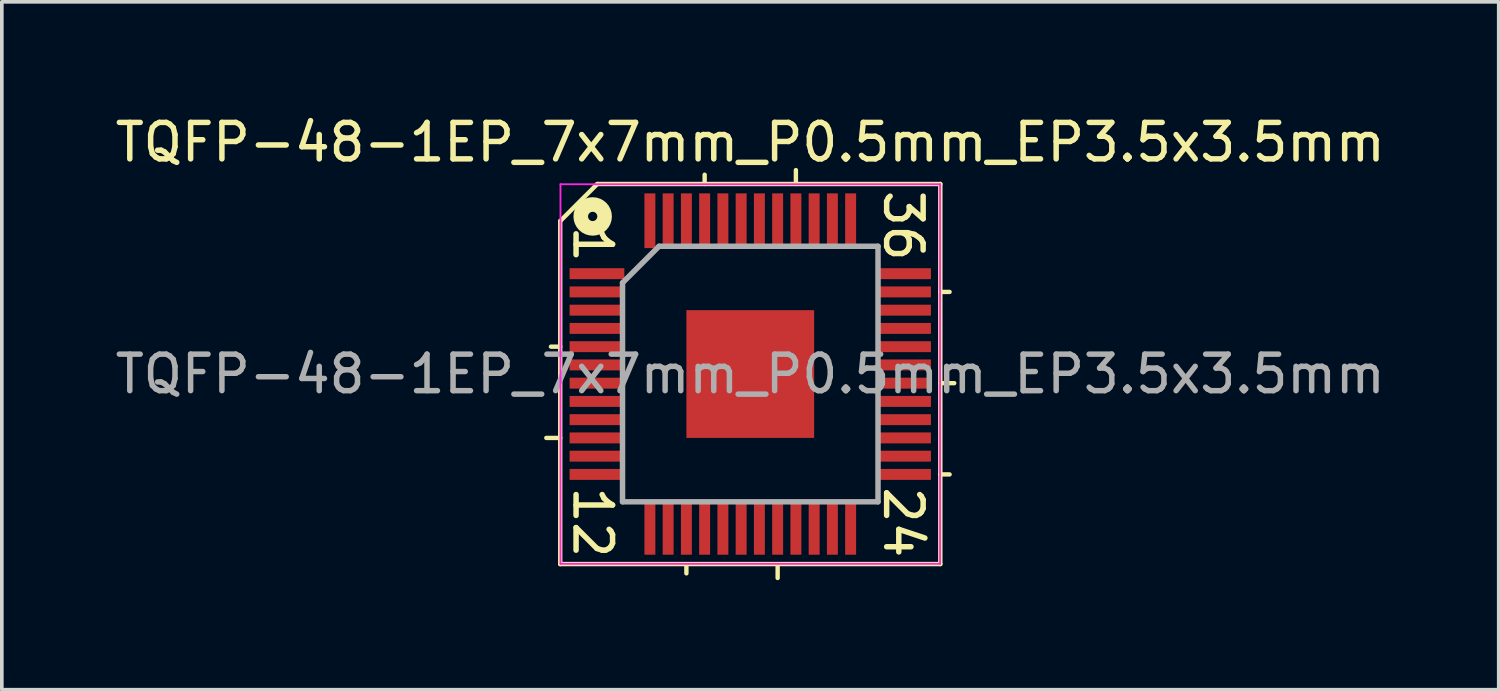
<source format=kicad_pcb>
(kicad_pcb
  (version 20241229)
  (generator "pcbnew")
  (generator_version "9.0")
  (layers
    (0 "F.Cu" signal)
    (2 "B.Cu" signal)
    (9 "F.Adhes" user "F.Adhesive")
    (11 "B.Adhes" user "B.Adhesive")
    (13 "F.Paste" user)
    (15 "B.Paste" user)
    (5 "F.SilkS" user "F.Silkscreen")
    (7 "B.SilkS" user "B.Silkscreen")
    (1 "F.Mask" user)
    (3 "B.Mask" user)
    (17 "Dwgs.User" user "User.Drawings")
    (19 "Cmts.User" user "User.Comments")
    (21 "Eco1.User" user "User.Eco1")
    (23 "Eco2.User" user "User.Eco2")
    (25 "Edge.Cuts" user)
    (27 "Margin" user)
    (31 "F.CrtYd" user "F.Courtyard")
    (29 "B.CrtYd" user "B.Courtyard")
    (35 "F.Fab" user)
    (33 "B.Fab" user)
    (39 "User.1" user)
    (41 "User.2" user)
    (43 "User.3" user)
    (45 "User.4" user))
  (footprint "TQFP-48-1EP_7x7mm_P0.5mm_EP3.5x3.5mm"
    (layer "F.Cu")
    (at 17.506 7.198)
    (property "Reference" "TQFP-48-1EP_7x7mm_P0.5mm_EP3.5x3.5mm" (at 0 -6.35 0) (layer "F.SilkS") (effects (font (size 1 1) (thickness 0.15))))
    (attr smd)
    (fp_line (start -5.207 -4.191) (end -5.207 5.207) (stroke (width 0.12) (type solid)) (layer "F.SilkS"))
    (fp_line (start -5.207 -0.75) (end -5.461 -0.75) (stroke (width 0.12) (type solid)) (layer "F.SilkS"))
    (fp_line (start -5.207 1.75) (end -5.588 1.75) (stroke (width 0.12) (type solid)) (layer "F.SilkS"))
    (fp_line (start -5.207 5.207) (end 5.207 5.207) (stroke (width 0.12) (type solid)) (layer "F.SilkS"))
    (fp_line (start -4.191 -5.207) (end -5.207 -4.191) (stroke (width 0.12) (type solid)) (layer "F.SilkS"))
    (fp_line (start -1.75 5.207) (end -1.75 5.461) (stroke (width 0.12) (type solid)) (layer "F.SilkS"))
    (fp_line (start -1.25 -5.207) (end -1.25 -5.461) (stroke (width 0.12) (type solid)) (layer "F.SilkS"))
    (fp_line (start 0.75 5.207) (end 0.75 5.588) (stroke (width 0.12) (type solid)) (layer "F.SilkS"))
    (fp_line (start 1.25 -5.207) (end 1.25 -5.588) (stroke (width 0.12) (type solid)) (layer "F.SilkS"))
    (fp_line (start 5.207 -5.207) (end -4.191 -5.207) (stroke (width 0.12) (type solid)) (layer "F.SilkS"))
    (fp_line (start 5.207 -2.25) (end 5.461 -2.25) (stroke (width 0.12) (type solid)) (layer "F.SilkS"))
    (fp_line (start 5.207 0.25) (end 5.588 0.25) (stroke (width 0.12) (type solid)) (layer "F.SilkS"))
    (fp_line (start 5.207 2.75) (end 5.461 2.75) (stroke (width 0.12) (type solid)) (layer "F.SilkS"))
    (fp_line (start 5.207 5.207) (end 5.207 -5.207) (stroke (width 0.12) (type solid)) (layer "F.SilkS"))
    (fp_circle (center -4.318 -4.318) (end -4.191 -4.318) (stroke (width 0.4) (type solid)) (fill no) (layer "F.SilkS"))
    (fp_line (start -5.2 -5.2) (end -5.2 5.2) (stroke (width 0.05) (type solid)) (layer "F.CrtYd"))
    (fp_line (start -5.2 -5.2) (end 5.2 -5.2) (stroke (width 0.05) (type solid)) (layer "F.CrtYd"))
    (fp_line (start -5.2 5.2) (end 5.2 5.2) (stroke (width 0.05) (type solid)) (layer "F.CrtYd"))
    (fp_line (start 5.2 -5.2) (end 5.2 5.2) (stroke (width 0.05) (type solid)) (layer "F.CrtYd"))
    (fp_line (start -3.5 -2.5) (end -2.5 -3.5) (stroke (width 0.15) (type solid)) (layer "F.Fab"))
    (fp_line (start -3.5 3.5) (end -3.5 -2.5) (stroke (width 0.15) (type solid)) (layer "F.Fab"))
    (fp_line (start -2.5 -3.5) (end 3.5 -3.5) (stroke (width 0.15) (type solid)) (layer "F.Fab"))
    (fp_line (start 3.5 -3.5) (end 3.5 3.5) (stroke (width 0.15) (type solid)) (layer "F.Fab"))
    (fp_line (start 3.5 3.5) (end -3.5 3.5) (stroke (width 0.15) (type solid)) (layer "F.Fab"))
    (fp_text user "1" (at -4.318 -3.556 270) (unlocked yes) (layer "F.SilkS") (effects (font (size 1 1) (thickness 0.15))))
    (fp_text user "24" (at 4.191 4.064 270) (unlocked yes) (layer "F.SilkS") (effects (font (size 1 1) (thickness 0.15))))
    (fp_text user "36" (at 4.191 -4.064 270) (unlocked yes) (layer "F.SilkS") (effects (font (size 1 1) (thickness 0.15))))
    (fp_text user "12" (at -4.318 4.064 270) (unlocked yes) (layer "F.SilkS") (effects (font (size 1 1) (thickness 0.15))))
    (fp_text user "${REFERENCE}" (at 0 0 0) (layer "F.Fab") (effects (font (size 1 1) (thickness 0.15))))
    (pad "" smd rect (at -0.875 -0.875) (size 1.35 1.35) (layers "F.Paste"))
    (pad "" smd rect (at -0.875 0.875) (size 1.35 1.35) (layers "F.Paste"))
    (pad "" smd rect (at 0.875 -0.875) (size 1.35 1.35) (layers "F.Paste"))
    (pad "" smd rect (at 0.875 0.875) (size 1.35 1.35) (layers "F.Paste"))
    (pad "1" smd rect (at -4.2 -2.75) (size 1.5 0.3) (layers "F.Cu" "F.Mask" "F.Paste"))
    (pad "2" smd rect (at -4.2 -2.25) (size 1.5 0.3) (layers "F.Cu" "F.Mask" "F.Paste"))
    (pad "3" smd rect (at -4.2 -1.75) (size 1.5 0.3) (layers "F.Cu" "F.Mask" "F.Paste"))
    (pad "4" smd rect (at -4.2 -1.25) (size 1.5 0.3) (layers "F.Cu" "F.Mask" "F.Paste"))
    (pad "5" smd rect (at -4.2 -0.75) (size 1.5 0.3) (layers "F.Cu" "F.Mask" "F.Paste"))
    (pad "6" smd rect (at -4.2 -0.25) (size 1.5 0.3) (layers "F.Cu" "F.Mask" "F.Paste"))
    (pad "7" smd rect (at -4.2 0.25) (size 1.5 0.3) (layers "F.Cu" "F.Mask" "F.Paste"))
    (pad "8" smd rect (at -4.2 0.75) (size 1.5 0.3) (layers "F.Cu" "F.Mask" "F.Paste"))
    (pad "9" smd rect (at -4.2 1.25) (size 1.5 0.3) (layers "F.Cu" "F.Mask" "F.Paste"))
    (pad "10" smd rect (at -4.2 1.75) (size 1.5 0.3) (layers "F.Cu" "F.Mask" "F.Paste"))
    (pad "11" smd rect (at -4.2 2.25) (size 1.5 0.3) (layers "F.Cu" "F.Mask" "F.Paste"))
    (pad "12" smd rect (at -4.2 2.75) (size 1.5 0.3) (layers "F.Cu" "F.Mask" "F.Paste"))
    (pad "13" smd rect (at -2.75 4.2 90) (size 1.5 0.3) (layers "F.Cu" "F.Mask" "F.Paste"))
    (pad "14" smd rect (at -2.25 4.2 90) (size 1.5 0.3) (layers "F.Cu" "F.Mask" "F.Paste"))
    (pad "15" smd rect (at -1.75 4.2 90) (size 1.5 0.3) (layers "F.Cu" "F.Mask" "F.Paste"))
    (pad "16" smd rect (at -1.25 4.2 90) (size 1.5 0.3) (layers "F.Cu" "F.Mask" "F.Paste"))
    (pad "17" smd rect (at -0.75 4.2 90) (size 1.5 0.3) (layers "F.Cu" "F.Mask" "F.Paste"))
    (pad "18" smd rect (at -0.25 4.2 90) (size 1.5 0.3) (layers "F.Cu" "F.Mask" "F.Paste"))
    (pad "19" smd rect (at 0.25 4.2 90) (size 1.5 0.3) (layers "F.Cu" "F.Mask" "F.Paste"))
    (pad "20" smd rect (at 0.75 4.2 90) (size 1.5 0.3) (layers "F.Cu" "F.Mask" "F.Paste"))
    (pad "21" smd rect (at 1.25 4.2 90) (size 1.5 0.3) (layers "F.Cu" "F.Mask" "F.Paste"))
    (pad "22" smd rect (at 1.75 4.2 90) (size 1.5 0.3) (layers "F.Cu" "F.Mask" "F.Paste"))
    (pad "23" smd rect (at 2.25 4.2 90) (size 1.5 0.3) (layers "F.Cu" "F.Mask" "F.Paste"))
    (pad "24" smd rect (at 2.75 4.2 90) (size 1.5 0.3) (layers "F.Cu" "F.Mask" "F.Paste"))
    (pad "25" smd rect (at 4.2 2.75) (size 1.5 0.3) (layers "F.Cu" "F.Mask" "F.Paste"))
    (pad "26" smd rect (at 4.2 2.25) (size 1.5 0.3) (layers "F.Cu" "F.Mask" "F.Paste"))
    (pad "27" smd rect (at 4.2 1.75) (size 1.5 0.3) (layers "F.Cu" "F.Mask" "F.Paste"))
    (pad "28" smd rect (at 4.2 1.25) (size 1.5 0.3) (layers "F.Cu" "F.Mask" "F.Paste"))
    (pad "29" smd rect (at 4.2 0.75) (size 1.5 0.3) (layers "F.Cu" "F.Mask" "F.Paste"))
    (pad "30" smd rect (at 4.2 0.25) (size 1.5 0.3) (layers "F.Cu" "F.Mask" "F.Paste"))
    (pad "31" smd rect (at 4.2 -0.25) (size 1.5 0.3) (layers "F.Cu" "F.Mask" "F.Paste"))
    (pad "32" smd rect (at 4.2 -0.75) (size 1.5 0.3) (layers "F.Cu" "F.Mask" "F.Paste"))
    (pad "33" smd rect (at 4.2 -1.25) (size 1.5 0.3) (layers "F.Cu" "F.Mask" "F.Paste"))
    (pad "34" smd rect (at 4.2 -1.75) (size 1.5 0.3) (layers "F.Cu" "F.Mask" "F.Paste"))
    (pad "35" smd rect (at 4.2 -2.25) (size 1.5 0.3) (layers "F.Cu" "F.Mask" "F.Paste"))
    (pad "36" smd rect (at 4.2 -2.75) (size 1.5 0.3) (layers "F.Cu" "F.Mask" "F.Paste"))
    (pad "37" smd rect (at 2.75 -4.2 90) (size 1.5 0.3) (layers "F.Cu" "F.Mask" "F.Paste"))
    (pad "38" smd rect (at 2.25 -4.2 90) (size 1.5 0.3) (layers "F.Cu" "F.Mask" "F.Paste"))
    (pad "39" smd rect (at 1.75 -4.2 90) (size 1.5 0.3) (layers "F.Cu" "F.Mask" "F.Paste"))
    (pad "40" smd rect (at 1.25 -4.2 90) (size 1.5 0.3) (layers "F.Cu" "F.Mask" "F.Paste"))
    (pad "41" smd rect (at 0.75 -4.2 90) (size 1.5 0.3) (layers "F.Cu" "F.Mask" "F.Paste"))
    (pad "42" smd rect (at 0.25 -4.2 90) (size 1.5 0.3) (layers "F.Cu" "F.Mask" "F.Paste"))
    (pad "43" smd rect (at -0.25 -4.2 90) (size 1.5 0.3) (layers "F.Cu" "F.Mask" "F.Paste"))
    (pad "44" smd rect (at -0.75 -4.2 90) (size 1.5 0.3) (layers "F.Cu" "F.Mask" "F.Paste"))
    (pad "45" smd rect (at -1.25 -4.2 90) (size 1.5 0.3) (layers "F.Cu" "F.Mask" "F.Paste"))
    (pad "46" smd rect (at -1.75 -4.2 90) (size 1.5 0.3) (layers "F.Cu" "F.Mask" "F.Paste"))
    (pad "47" smd rect (at -2.25 -4.2 90) (size 1.5 0.3) (layers "F.Cu" "F.Mask" "F.Paste"))
    (pad "48" smd rect (at -2.75 -4.2 90) (size 1.5 0.3) (layers "F.Cu" "F.Mask" "F.Paste"))
    (pad "49" smd rect (at 0 0) (size 3.5 3.5) (layers "F.Cu" "F.Mask")))
  (gr_rect
    (start -3 -3)
    (end 38.012 15.846)
    (stroke (width 0.1) (type default))
    (fill no)
    (layer "Edge.Cuts")))
</source>
